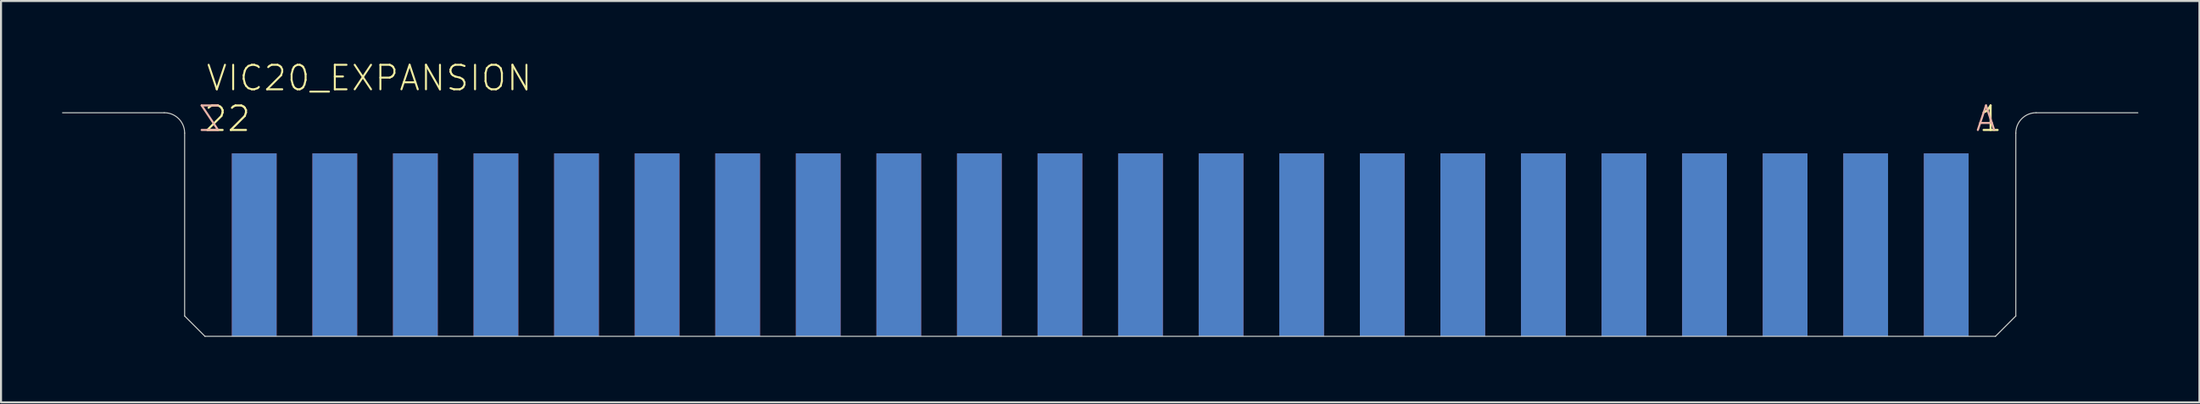
<source format=kicad_pcb>
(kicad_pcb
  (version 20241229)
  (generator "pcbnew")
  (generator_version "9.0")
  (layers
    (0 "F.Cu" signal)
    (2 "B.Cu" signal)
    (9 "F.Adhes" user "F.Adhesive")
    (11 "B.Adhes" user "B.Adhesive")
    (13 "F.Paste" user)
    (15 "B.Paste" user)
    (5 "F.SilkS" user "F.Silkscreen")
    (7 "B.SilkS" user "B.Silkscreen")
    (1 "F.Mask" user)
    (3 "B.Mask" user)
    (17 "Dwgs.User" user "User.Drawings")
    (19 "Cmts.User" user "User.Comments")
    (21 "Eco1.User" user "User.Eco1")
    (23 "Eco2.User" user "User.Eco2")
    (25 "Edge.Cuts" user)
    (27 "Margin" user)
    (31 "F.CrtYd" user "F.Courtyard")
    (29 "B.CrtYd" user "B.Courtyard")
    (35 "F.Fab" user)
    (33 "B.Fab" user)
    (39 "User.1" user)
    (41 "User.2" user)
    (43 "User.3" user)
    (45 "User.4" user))
  (footprint "VIC20_EXPANSION"
    (layer "F.Cu")
    (at 51.025 13.496)
    (property "Reference" "VIC20_EXPANSION" (at -44 -12 0) (layer "F.SilkS") (effects (font (size 1.206 1.206) (thickness 0.097)) (justify left bottom)))
    (attr through_hole)
    (fp_poly (pts (xy -45 0) (xy 45 0) (xy 45 -9) (xy -45 -9)) (stroke (width 0) (type solid)) (fill yes) (layer "F.Mask"))
    (fp_poly (pts (xy -45 0) (xy 45 0) (xy 45 -9) (xy -45 -9)) (stroke (width 0) (type solid)) (fill yes) (layer "B.Mask"))
    (fp_line (start -46 -11) (end -51 -11) (stroke (width 0.05) (type solid)) (layer "Edge.Cuts"))
    (fp_line (start -45 -1) (end -45 -10) (stroke (width 0.05) (type solid)) (layer "Edge.Cuts"))
    (fp_line (start -45 -1) (end -44 0) (stroke (width 0.05) (type solid)) (layer "Edge.Cuts"))
    (fp_line (start -44 0) (end 44 0) (stroke (width 0.05) (type solid)) (layer "Edge.Cuts"))
    (fp_line (start 44 0) (end 45 -1) (stroke (width 0.05) (type solid)) (layer "Edge.Cuts"))
    (fp_line (start 45 -1) (end 45 -10) (stroke (width 0.05) (type solid)) (layer "Edge.Cuts"))
    (fp_line (start 46 -11) (end 51 -11) (stroke (width 0.05) (type solid)) (layer "Edge.Cuts"))
    (fp_arc (start -46 -11) (mid -45.292893 -10.707107) (end -45 -10) (stroke (width 0.05) (type solid)) (layer "Edge.Cuts"))
    (fp_arc (start 45 -10) (mid 45.292893 -10.707107) (end 46 -11) (stroke (width 0.05) (type solid)) (layer "Edge.Cuts"))
    (fp_text user "1" (at 43.12 -10 0) (layer "F.SilkS") (effects (font (size 1.206 1.206) (thickness 0.102)) (justify left bottom)))
    (fp_text user "22" (at -44.12 -10 0) (layer "F.SilkS") (effects (font (size 1.206 1.206) (thickness 0.102)) (justify left bottom)))
    (fp_text user "A" (at 44.12 -10 0) (layer "B.SilkS") (effects (font (size 1.206 1.206) (thickness 0.102)) (justify left bottom mirror)))
    (fp_text user "Z" (at -43.12 -10 0) (layer "B.SilkS") (effects (font (size 1.206 1.206) (thickness 0.102)) (justify left bottom mirror)))
    (pad "1" smd rect (at 41.58 -4.5) (size 2.2 9) (layers "F.Cu" "F.Mask"))
    (pad "2" smd rect (at 37.62 -4.5) (size 2.2 9) (layers "F.Cu" "F.Mask"))
    (pad "3" smd rect (at 33.66 -4.5) (size 2.2 9) (layers "F.Cu" "F.Mask"))
    (pad "4" smd rect (at 29.7 -4.5) (size 2.2 9) (layers "F.Cu" "F.Mask"))
    (pad "5" smd rect (at 25.74 -4.5) (size 2.2 9) (layers "F.Cu" "F.Mask"))
    (pad "6" smd rect (at 21.78 -4.5) (size 2.2 9) (layers "F.Cu" "F.Mask"))
    (pad "7" smd rect (at 17.82 -4.5) (size 2.2 9) (layers "F.Cu" "F.Mask"))
    (pad "8" smd rect (at 13.86 -4.5) (size 2.2 9) (layers "F.Cu" "F.Mask"))
    (pad "9" smd rect (at 9.9 -4.5) (size 2.2 9) (layers "F.Cu" "F.Mask"))
    (pad "10" smd rect (at 5.94 -4.5) (size 2.2 9) (layers "F.Cu" "F.Mask"))
    (pad "11" smd rect (at 1.98 -4.5) (size 2.2 9) (layers "F.Cu" "F.Mask"))
    (pad "12" smd rect (at -1.98 -4.5) (size 2.2 9) (layers "F.Cu" "F.Mask"))
    (pad "13" smd rect (at -5.94 -4.5) (size 2.2 9) (layers "F.Cu" "F.Mask"))
    (pad "14" smd rect (at -9.9 -4.5) (size 2.2 9) (layers "F.Cu" "F.Mask"))
    (pad "15" smd rect (at -13.86 -4.5) (size 2.2 9) (layers "F.Cu" "F.Mask"))
    (pad "16" smd rect (at -17.82 -4.5) (size 2.2 9) (layers "F.Cu" "F.Mask"))
    (pad "17" smd rect (at -21.78 -4.5) (size 2.2 9) (layers "F.Cu" "F.Mask"))
    (pad "18" smd rect (at -25.74 -4.5) (size 2.2 9) (layers "F.Cu" "F.Mask"))
    (pad "19" smd rect (at -29.7 -4.5) (size 2.2 9) (layers "F.Cu" "F.Mask"))
    (pad "20" smd rect (at -33.66 -4.5) (size 2.2 9) (layers "F.Cu" "F.Mask"))
    (pad "21" smd rect (at -37.62 -4.5) (size 2.2 9) (layers "F.Cu" "F.Mask"))
    (pad "22" smd rect (at -41.58 -4.5) (size 2.2 9) (layers "F.Cu" "F.Mask"))
    (pad "A" smd rect (at 41.58 -4.5 180) (size 2.2 9) (layers "B.Cu" "B.Mask"))
    (pad "B" smd rect (at 37.62 -4.5 180) (size 2.2 9) (layers "B.Cu" "B.Mask"))
    (pad "C" smd rect (at 33.66 -4.5 180) (size 2.2 9) (layers "B.Cu" "B.Mask"))
    (pad "D" smd rect (at 29.7 -4.5 180) (size 2.2 9) (layers "B.Cu" "B.Mask"))
    (pad "E" smd rect (at 25.74 -4.5 180) (size 2.2 9) (layers "B.Cu" "B.Mask"))
    (pad "F" smd rect (at 21.78 -4.5 180) (size 2.2 9) (layers "B.Cu" "B.Mask"))
    (pad "H" smd rect (at 17.82 -4.5 180) (size 2.2 9) (layers "B.Cu" "B.Mask"))
    (pad "J" smd rect (at 13.86 -4.5 180) (size 2.2 9) (layers "B.Cu" "B.Mask"))
    (pad "K" smd rect (at 9.9 -4.5 180) (size 2.2 9) (layers "B.Cu" "B.Mask"))
    (pad "L" smd rect (at 5.94 -4.5 180) (size 2.2 9) (layers "B.Cu" "B.Mask"))
    (pad "M" smd rect (at 1.98 -4.5 180) (size 2.2 9) (layers "B.Cu" "B.Mask"))
    (pad "N" smd rect (at -1.98 -4.5 180) (size 2.2 9) (layers "B.Cu" "B.Mask"))
    (pad "P" smd rect (at -5.94 -4.5 180) (size 2.2 9) (layers "B.Cu" "B.Mask"))
    (pad "R" smd rect (at -9.9 -4.5 180) (size 2.2 9) (layers "B.Cu" "B.Mask"))
    (pad "S" smd rect (at -13.86 -4.5 180) (size 2.2 9) (layers "B.Cu" "B.Mask"))
    (pad "T" smd rect (at -17.82 -4.5 180) (size 2.2 9) (layers "B.Cu" "B.Mask"))
    (pad "U" smd rect (at -21.78 -4.5 180) (size 2.2 9) (layers "B.Cu" "B.Mask"))
    (pad "V" smd rect (at -25.74 -4.5 180) (size 2.2 9) (layers "B.Cu" "B.Mask"))
    (pad "W" smd rect (at -29.7 -4.5 180) (size 2.2 9) (layers "B.Cu" "B.Mask"))
    (pad "X" smd rect (at -33.66 -4.5 180) (size 2.2 9) (layers "B.Cu" "B.Mask"))
    (pad "Y" smd rect (at -37.62 -4.5 180) (size 2.2 9) (layers "B.Cu" "B.Mask"))
    (pad "Z" smd rect (at -41.58 -4.5 180) (size 2.2 9) (layers "B.Cu" "B.Mask")))
  (gr_rect
    (start -3 -3)
    (end 105.05 16.746)
    (stroke (width 0.1) (type default))
    (fill no)
    (layer "Edge.Cuts")))
</source>
